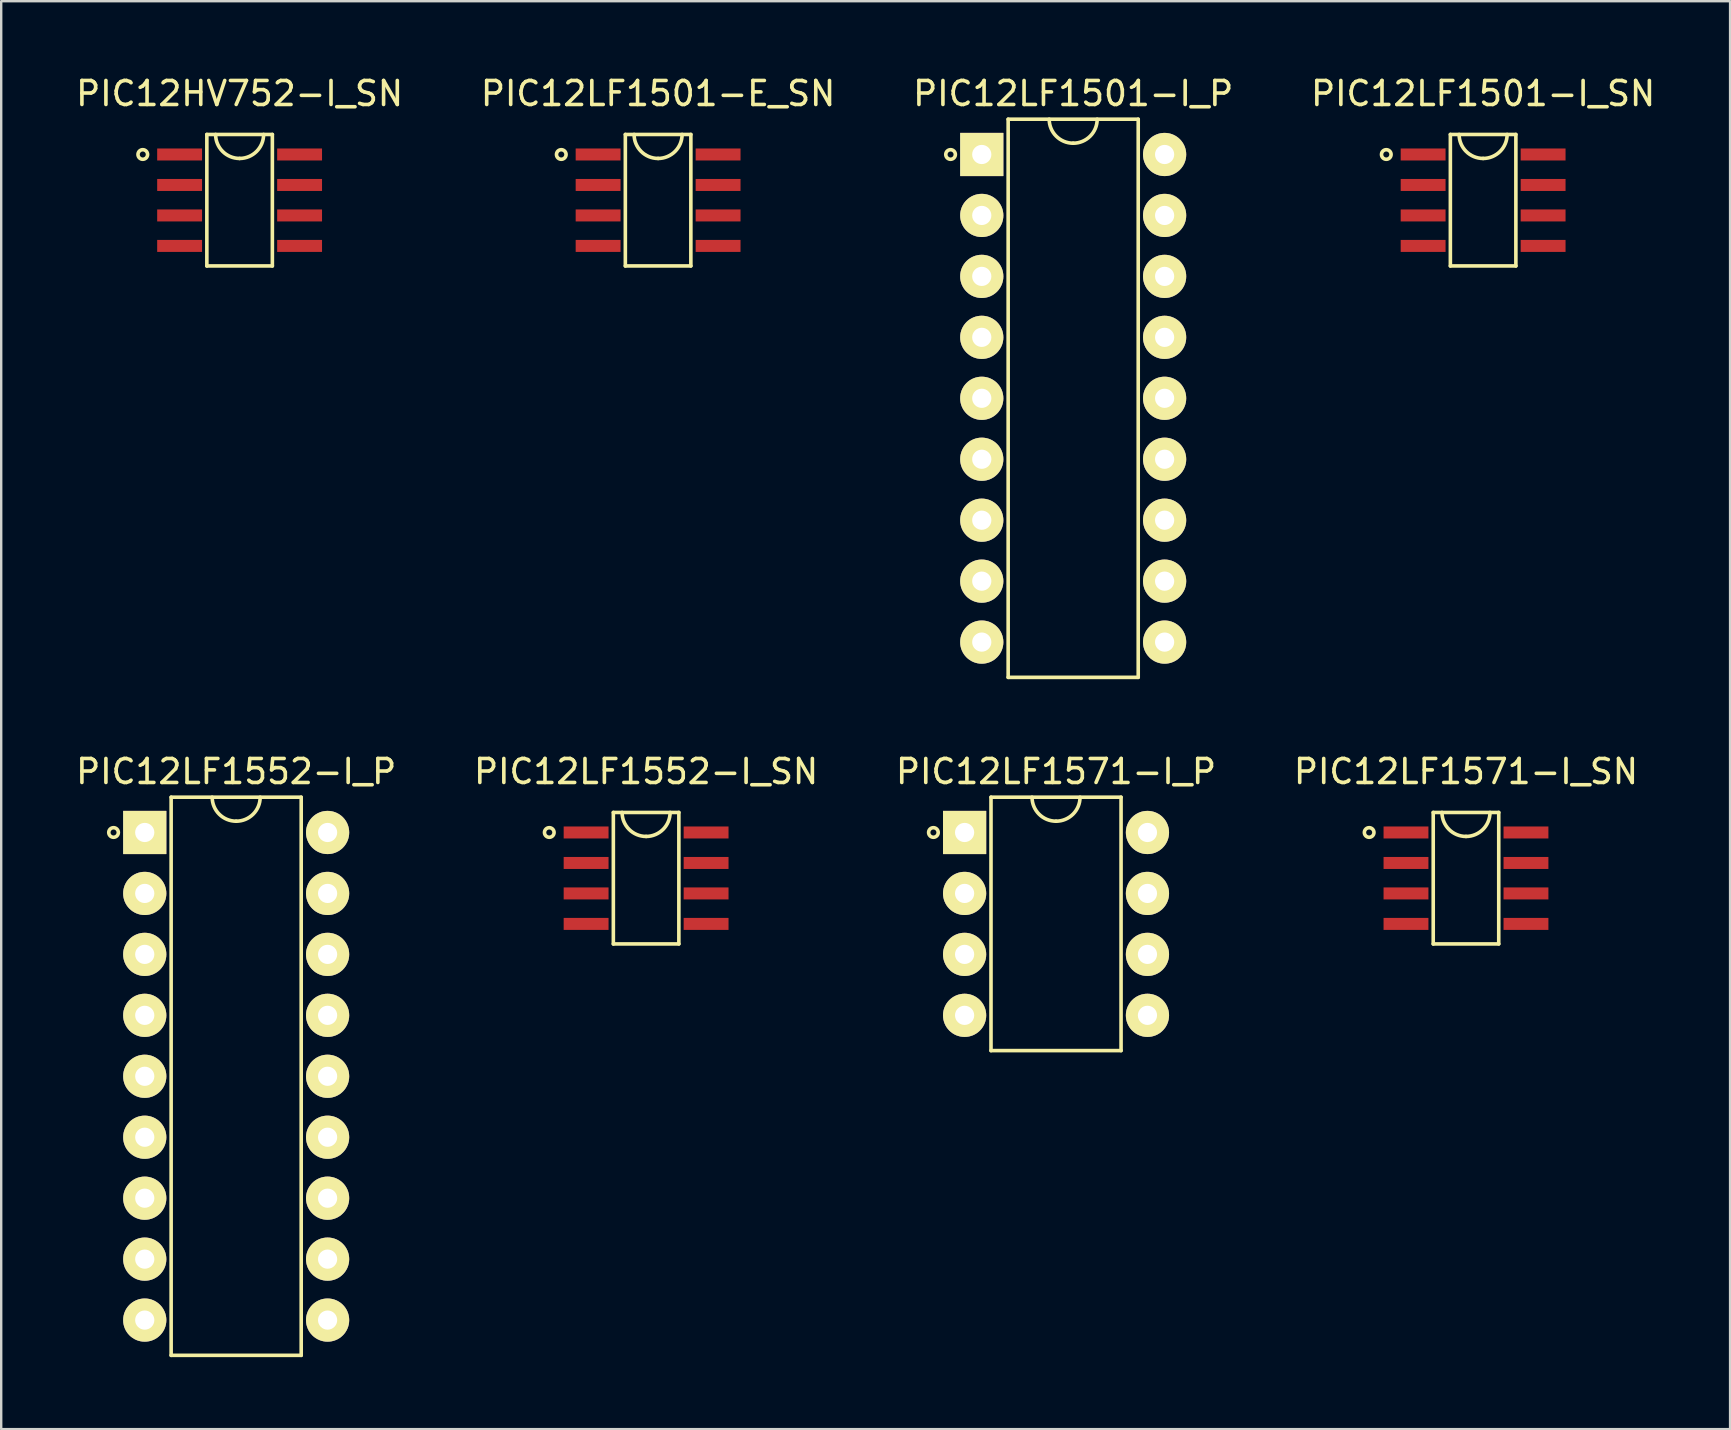
<source format=kicad_pcb>
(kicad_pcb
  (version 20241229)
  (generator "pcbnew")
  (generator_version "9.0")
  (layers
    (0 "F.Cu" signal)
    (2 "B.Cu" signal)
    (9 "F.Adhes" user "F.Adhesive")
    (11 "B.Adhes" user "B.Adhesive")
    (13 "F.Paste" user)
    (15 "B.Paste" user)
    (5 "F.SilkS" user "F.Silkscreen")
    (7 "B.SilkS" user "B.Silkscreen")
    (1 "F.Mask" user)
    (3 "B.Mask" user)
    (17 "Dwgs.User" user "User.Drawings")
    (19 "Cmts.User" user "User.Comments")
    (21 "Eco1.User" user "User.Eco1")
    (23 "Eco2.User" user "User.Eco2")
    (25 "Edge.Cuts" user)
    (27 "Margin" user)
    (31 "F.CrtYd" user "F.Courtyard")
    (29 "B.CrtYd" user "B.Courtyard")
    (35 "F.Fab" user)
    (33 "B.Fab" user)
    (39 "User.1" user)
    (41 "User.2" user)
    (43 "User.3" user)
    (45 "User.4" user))
  (footprint "PIC12LF1501-I_P"
    (layer "F.Cu")
    (at 37.863 3.388)
    (property "Reference" "PIC12LF1501-I_P" (at 3.81 -2.54 0) (layer "F.SilkS") (effects (font (size 1 1) (thickness 0.15))))
    (attr through_hole)
    (fp_line (start 1.1 -1.47) (end 6.52 -1.47) (stroke (width 0.15) (type solid)) (layer "F.SilkS"))
    (fp_line (start 1.1 21.79) (end 1.1 -1.47) (stroke (width 0.15) (type solid)) (layer "F.SilkS"))
    (fp_line (start 6.52 -1.47) (end 6.52 21.79) (stroke (width 0.15) (type solid)) (layer "F.SilkS"))
    (fp_line (start 6.52 21.79) (end 1.1 21.79) (stroke (width 0.15) (type solid)) (layer "F.SilkS"))
    (fp_arc (start 3.81 -0.47) (mid 3.102893 -0.762893) (end 2.81 -1.47) (stroke (width 0.15) (type solid)) (layer "F.SilkS"))
    (fp_arc (start 4.81 -1.47) (mid 4.517107 -0.762893) (end 3.81 -0.47) (stroke (width 0.15) (type solid)) (layer "F.SilkS"))
    (fp_circle (center -1.3 0) (end -1.3 0.2) (stroke (width 0.15) (type solid)) (fill no) (layer "F.SilkS"))
    (pad "1" thru_hole rect (at 0 0) (size 1.8 1.8) (drill 0.8) (layers "*.Cu" "*.Mask" "F.SilkS"))
    (pad "2" thru_hole circle (at 0 2.54) (size 1.8 1.8) (drill 0.8) (layers "*.Cu" "*.Mask" "F.SilkS"))
    (pad "3" thru_hole circle (at 0 5.08) (size 1.8 1.8) (drill 0.8) (layers "*.Cu" "*.Mask" "F.SilkS"))
    (pad "4" thru_hole circle (at 0 7.62) (size 1.8 1.8) (drill 0.8) (layers "*.Cu" "*.Mask" "F.SilkS"))
    (pad "5" thru_hole circle (at 0 10.16) (size 1.8 1.8) (drill 0.8) (layers "*.Cu" "*.Mask" "F.SilkS"))
    (pad "6" thru_hole circle (at 0 12.7) (size 1.8 1.8) (drill 0.8) (layers "*.Cu" "*.Mask" "F.SilkS"))
    (pad "7" thru_hole circle (at 0 15.24) (size 1.8 1.8) (drill 0.8) (layers "*.Cu" "*.Mask" "F.SilkS"))
    (pad "8" thru_hole circle (at 0 17.78) (size 1.8 1.8) (drill 0.8) (layers "*.Cu" "*.Mask" "F.SilkS"))
    (pad "9" thru_hole circle (at 0 20.32) (size 1.8 1.8) (drill 0.8) (layers "*.Cu" "*.Mask" "F.SilkS"))
    (pad "10" thru_hole circle (at 7.62 20.32) (size 1.8 1.8) (drill 0.8) (layers "*.Cu" "*.Mask" "F.SilkS"))
    (pad "11" thru_hole circle (at 7.62 17.78) (size 1.8 1.8) (drill 0.8) (layers "*.Cu" "*.Mask" "F.SilkS"))
    (pad "12" thru_hole circle (at 7.62 15.24) (size 1.8 1.8) (drill 0.8) (layers "*.Cu" "*.Mask" "F.SilkS"))
    (pad "13" thru_hole circle (at 7.62 12.7) (size 1.8 1.8) (drill 0.8) (layers "*.Cu" "*.Mask" "F.SilkS"))
    (pad "14" thru_hole circle (at 7.62 10.16) (size 1.8 1.8) (drill 0.8) (layers "*.Cu" "*.Mask" "F.SilkS"))
    (pad "15" thru_hole circle (at 7.62 7.62) (size 1.8 1.8) (drill 0.8) (layers "*.Cu" "*.Mask" "F.SilkS"))
    (pad "16" thru_hole circle (at 7.62 5.08) (size 1.8 1.8) (drill 0.8) (layers "*.Cu" "*.Mask" "F.SilkS"))
    (pad "17" thru_hole circle (at 7.62 2.54) (size 1.8 1.8) (drill 0.8) (layers "*.Cu" "*.Mask" "F.SilkS"))
    (pad "18" thru_hole circle (at 7.62 0) (size 1.8 1.8) (drill 0.8) (layers "*.Cu" "*.Mask" "F.SilkS")))
  (footprint "PIC12LF1571-I_P"
    (layer "F.Cu")
    (at 37.148 31.642)
    (property "Reference" "PIC12LF1571-I_P" (at 3.81 -2.54 0) (layer "F.SilkS") (effects (font (size 1 1) (thickness 0.15))))
    (attr through_hole)
    (fp_line (start 1.1 -1.47) (end 6.52 -1.47) (stroke (width 0.15) (type solid)) (layer "F.SilkS"))
    (fp_line (start 1.1 9.09) (end 1.1 -1.47) (stroke (width 0.15) (type solid)) (layer "F.SilkS"))
    (fp_line (start 6.52 -1.47) (end 6.52 9.09) (stroke (width 0.15) (type solid)) (layer "F.SilkS"))
    (fp_line (start 6.52 9.09) (end 1.1 9.09) (stroke (width 0.15) (type solid)) (layer "F.SilkS"))
    (fp_arc (start 3.81 -0.47) (mid 3.102893 -0.762893) (end 2.81 -1.47) (stroke (width 0.15) (type solid)) (layer "F.SilkS"))
    (fp_arc (start 4.81 -1.47) (mid 4.517107 -0.762893) (end 3.81 -0.47) (stroke (width 0.15) (type solid)) (layer "F.SilkS"))
    (fp_circle (center -1.3 0) (end -1.3 0.2) (stroke (width 0.15) (type solid)) (fill no) (layer "F.SilkS"))
    (pad "1" thru_hole rect (at 0 0) (size 1.8 1.8) (drill 0.8) (layers "*.Cu" "*.Mask" "F.SilkS"))
    (pad "2" thru_hole circle (at 0 2.54) (size 1.8 1.8) (drill 0.8) (layers "*.Cu" "*.Mask" "F.SilkS"))
    (pad "3" thru_hole circle (at 0 5.08) (size 1.8 1.8) (drill 0.8) (layers "*.Cu" "*.Mask" "F.SilkS"))
    (pad "4" thru_hole circle (at 0 7.62) (size 1.8 1.8) (drill 0.8) (layers "*.Cu" "*.Mask" "F.SilkS"))
    (pad "5" thru_hole circle (at 7.62 7.62) (size 1.8 1.8) (drill 0.8) (layers "*.Cu" "*.Mask" "F.SilkS"))
    (pad "6" thru_hole circle (at 7.62 5.08) (size 1.8 1.8) (drill 0.8) (layers "*.Cu" "*.Mask" "F.SilkS"))
    (pad "7" thru_hole circle (at 7.62 2.54) (size 1.8 1.8) (drill 0.8) (layers "*.Cu" "*.Mask" "F.SilkS"))
    (pad "8" thru_hole circle (at 7.62 0) (size 1.8 1.8) (drill 0.8) (layers "*.Cu" "*.Mask" "F.SilkS")))
  (footprint "PIC12HV752-I_SN"
    (layer "F.Cu")
    (at 4.435 3.388)
    (property "Reference" "PIC12HV752-I_SN" (at 2.5 -2.54 0) (layer "F.SilkS") (effects (font (size 1 1) (thickness 0.15))))
    (attr through_hole)
    (fp_line (start 1.135 -0.835) (end 3.865 -0.835) (stroke (width 0.15) (type solid)) (layer "F.SilkS"))
    (fp_line (start 1.135 4.645) (end 1.135 -0.835) (stroke (width 0.15) (type solid)) (layer "F.SilkS"))
    (fp_line (start 3.865 -0.835) (end 3.865 4.645) (stroke (width 0.15) (type solid)) (layer "F.SilkS"))
    (fp_line (start 3.865 4.645) (end 1.135 4.645) (stroke (width 0.15) (type solid)) (layer "F.SilkS"))
    (fp_arc (start 2.5 0.165) (mid 1.792893 -0.127893) (end 1.5 -0.835) (stroke (width 0.15) (type solid)) (layer "F.SilkS"))
    (fp_arc (start 3.5 -0.835) (mid 3.207107 -0.127893) (end 2.5 0.165) (stroke (width 0.15) (type solid)) (layer "F.SilkS"))
    (fp_circle (center -1.535 0) (end -1.535 0.2) (stroke (width 0.15) (type solid)) (fill no) (layer "F.SilkS"))
    (pad "1" smd rect (at 0 0) (size 1.87 0.5) (layers "F.Cu" "F.Mask" "F.Paste"))
    (pad "2" smd rect (at 0 1.27) (size 1.87 0.5) (layers "F.Cu" "F.Mask" "F.Paste"))
    (pad "3" smd rect (at 0 2.54) (size 1.87 0.5) (layers "F.Cu" "F.Mask" "F.Paste"))
    (pad "4" smd rect (at 0 3.81) (size 1.87 0.5) (layers "F.Cu" "F.Mask" "F.Paste"))
    (pad "5" smd rect (at 5 3.81) (size 1.87 0.5) (layers "F.Cu" "F.Mask" "F.Paste"))
    (pad "6" smd rect (at 5 2.54) (size 1.87 0.5) (layers "F.Cu" "F.Mask" "F.Paste"))
    (pad "7" smd rect (at 5 1.27) (size 1.87 0.5) (layers "F.Cu" "F.Mask" "F.Paste"))
    (pad "8" smd rect (at 5 0) (size 1.87 0.5) (layers "F.Cu" "F.Mask" "F.Paste")))
  (footprint "PIC12LF1501-I_SN"
    (layer "F.Cu")
    (at 56.256 3.388)
    (property "Reference" "PIC12LF1501-I_SN" (at 2.5 -2.54 0) (layer "F.SilkS") (effects (font (size 1 1) (thickness 0.15))))
    (attr through_hole)
    (fp_line (start 1.135 -0.835) (end 3.865 -0.835) (stroke (width 0.15) (type solid)) (layer "F.SilkS"))
    (fp_line (start 1.135 4.645) (end 1.135 -0.835) (stroke (width 0.15) (type solid)) (layer "F.SilkS"))
    (fp_line (start 3.865 -0.835) (end 3.865 4.645) (stroke (width 0.15) (type solid)) (layer "F.SilkS"))
    (fp_line (start 3.865 4.645) (end 1.135 4.645) (stroke (width 0.15) (type solid)) (layer "F.SilkS"))
    (fp_arc (start 2.5 0.165) (mid 1.792893 -0.127893) (end 1.5 -0.835) (stroke (width 0.15) (type solid)) (layer "F.SilkS"))
    (fp_arc (start 3.5 -0.835) (mid 3.207107 -0.127893) (end 2.5 0.165) (stroke (width 0.15) (type solid)) (layer "F.SilkS"))
    (fp_circle (center -1.535 0) (end -1.535 0.2) (stroke (width 0.15) (type solid)) (fill no) (layer "F.SilkS"))
    (pad "1" smd rect (at 0 0) (size 1.87 0.5) (layers "F.Cu" "F.Mask" "F.Paste"))
    (pad "2" smd rect (at 0 1.27) (size 1.87 0.5) (layers "F.Cu" "F.Mask" "F.Paste"))
    (pad "3" smd rect (at 0 2.54) (size 1.87 0.5) (layers "F.Cu" "F.Mask" "F.Paste"))
    (pad "4" smd rect (at 0 3.81) (size 1.87 0.5) (layers "F.Cu" "F.Mask" "F.Paste"))
    (pad "5" smd rect (at 5 3.81) (size 1.87 0.5) (layers "F.Cu" "F.Mask" "F.Paste"))
    (pad "6" smd rect (at 5 2.54) (size 1.87 0.5) (layers "F.Cu" "F.Mask" "F.Paste"))
    (pad "7" smd rect (at 5 1.27) (size 1.87 0.5) (layers "F.Cu" "F.Mask" "F.Paste"))
    (pad "8" smd rect (at 5 0) (size 1.87 0.5) (layers "F.Cu" "F.Mask" "F.Paste")))
  (footprint "PIC12LF1501-E_SN"
    (layer "F.Cu")
    (at 21.875 3.388)
    (property "Reference" "PIC12LF1501-E_SN" (at 2.5 -2.54 0) (layer "F.SilkS") (effects (font (size 1 1) (thickness 0.15))))
    (attr through_hole)
    (fp_line (start 1.135 -0.835) (end 3.865 -0.835) (stroke (width 0.15) (type solid)) (layer "F.SilkS"))
    (fp_line (start 1.135 4.645) (end 1.135 -0.835) (stroke (width 0.15) (type solid)) (layer "F.SilkS"))
    (fp_line (start 3.865 -0.835) (end 3.865 4.645) (stroke (width 0.15) (type solid)) (layer "F.SilkS"))
    (fp_line (start 3.865 4.645) (end 1.135 4.645) (stroke (width 0.15) (type solid)) (layer "F.SilkS"))
    (fp_arc (start 2.5 0.165) (mid 1.792893 -0.127893) (end 1.5 -0.835) (stroke (width 0.15) (type solid)) (layer "F.SilkS"))
    (fp_arc (start 3.5 -0.835) (mid 3.207107 -0.127893) (end 2.5 0.165) (stroke (width 0.15) (type solid)) (layer "F.SilkS"))
    (fp_circle (center -1.535 0) (end -1.535 0.2) (stroke (width 0.15) (type solid)) (fill no) (layer "F.SilkS"))
    (pad "1" smd rect (at 0 0) (size 1.87 0.5) (layers "F.Cu" "F.Mask" "F.Paste"))
    (pad "2" smd rect (at 0 1.27) (size 1.87 0.5) (layers "F.Cu" "F.Mask" "F.Paste"))
    (pad "3" smd rect (at 0 2.54) (size 1.87 0.5) (layers "F.Cu" "F.Mask" "F.Paste"))
    (pad "4" smd rect (at 0 3.81) (size 1.87 0.5) (layers "F.Cu" "F.Mask" "F.Paste"))
    (pad "5" smd rect (at 5 3.81) (size 1.87 0.5) (layers "F.Cu" "F.Mask" "F.Paste"))
    (pad "6" smd rect (at 5 2.54) (size 1.87 0.5) (layers "F.Cu" "F.Mask" "F.Paste"))
    (pad "7" smd rect (at 5 1.27) (size 1.87 0.5) (layers "F.Cu" "F.Mask" "F.Paste"))
    (pad "8" smd rect (at 5 0) (size 1.87 0.5) (layers "F.Cu" "F.Mask" "F.Paste")))
  (footprint "PIC12LF1571-I_SN"
    (layer "F.Cu")
    (at 55.542 31.642)
    (property "Reference" "PIC12LF1571-I_SN" (at 2.5 -2.54 0) (layer "F.SilkS") (effects (font (size 1 1) (thickness 0.15))))
    (attr through_hole)
    (fp_line (start 1.135 -0.835) (end 3.865 -0.835) (stroke (width 0.15) (type solid)) (layer "F.SilkS"))
    (fp_line (start 1.135 4.645) (end 1.135 -0.835) (stroke (width 0.15) (type solid)) (layer "F.SilkS"))
    (fp_line (start 3.865 -0.835) (end 3.865 4.645) (stroke (width 0.15) (type solid)) (layer "F.SilkS"))
    (fp_line (start 3.865 4.645) (end 1.135 4.645) (stroke (width 0.15) (type solid)) (layer "F.SilkS"))
    (fp_arc (start 2.5 0.165) (mid 1.792893 -0.127893) (end 1.5 -0.835) (stroke (width 0.15) (type solid)) (layer "F.SilkS"))
    (fp_arc (start 3.5 -0.835) (mid 3.207107 -0.127893) (end 2.5 0.165) (stroke (width 0.15) (type solid)) (layer "F.SilkS"))
    (fp_circle (center -1.535 0) (end -1.535 0.2) (stroke (width 0.15) (type solid)) (fill no) (layer "F.SilkS"))
    (pad "1" smd rect (at 0 0) (size 1.87 0.5) (layers "F.Cu" "F.Mask" "F.Paste"))
    (pad "2" smd rect (at 0 1.27) (size 1.87 0.5) (layers "F.Cu" "F.Mask" "F.Paste"))
    (pad "3" smd rect (at 0 2.54) (size 1.87 0.5) (layers "F.Cu" "F.Mask" "F.Paste"))
    (pad "4" smd rect (at 0 3.81) (size 1.87 0.5) (layers "F.Cu" "F.Mask" "F.Paste"))
    (pad "5" smd rect (at 5 3.81) (size 1.87 0.5) (layers "F.Cu" "F.Mask" "F.Paste"))
    (pad "6" smd rect (at 5 2.54) (size 1.87 0.5) (layers "F.Cu" "F.Mask" "F.Paste"))
    (pad "7" smd rect (at 5 1.27) (size 1.87 0.5) (layers "F.Cu" "F.Mask" "F.Paste"))
    (pad "8" smd rect (at 5 0) (size 1.87 0.5) (layers "F.Cu" "F.Mask" "F.Paste")))
  (footprint "PIC12LF1552-I_SN"
    (layer "F.Cu")
    (at 21.375 31.642)
    (property "Reference" "PIC12LF1552-I_SN" (at 2.5 -2.54 0) (layer "F.SilkS") (effects (font (size 1 1) (thickness 0.15))))
    (attr through_hole)
    (fp_line (start 1.135 -0.835) (end 3.865 -0.835) (stroke (width 0.15) (type solid)) (layer "F.SilkS"))
    (fp_line (start 1.135 4.645) (end 1.135 -0.835) (stroke (width 0.15) (type solid)) (layer "F.SilkS"))
    (fp_line (start 3.865 -0.835) (end 3.865 4.645) (stroke (width 0.15) (type solid)) (layer "F.SilkS"))
    (fp_line (start 3.865 4.645) (end 1.135 4.645) (stroke (width 0.15) (type solid)) (layer "F.SilkS"))
    (fp_arc (start 2.5 0.165) (mid 1.792893 -0.127893) (end 1.5 -0.835) (stroke (width 0.15) (type solid)) (layer "F.SilkS"))
    (fp_arc (start 3.5 -0.835) (mid 3.207107 -0.127893) (end 2.5 0.165) (stroke (width 0.15) (type solid)) (layer "F.SilkS"))
    (fp_circle (center -1.535 0) (end -1.535 0.2) (stroke (width 0.15) (type solid)) (fill no) (layer "F.SilkS"))
    (pad "1" smd rect (at 0 0) (size 1.87 0.5) (layers "F.Cu" "F.Mask" "F.Paste"))
    (pad "2" smd rect (at 0 1.27) (size 1.87 0.5) (layers "F.Cu" "F.Mask" "F.Paste"))
    (pad "3" smd rect (at 0 2.54) (size 1.87 0.5) (layers "F.Cu" "F.Mask" "F.Paste"))
    (pad "4" smd rect (at 0 3.81) (size 1.87 0.5) (layers "F.Cu" "F.Mask" "F.Paste"))
    (pad "5" smd rect (at 5 3.81) (size 1.87 0.5) (layers "F.Cu" "F.Mask" "F.Paste"))
    (pad "6" smd rect (at 5 2.54) (size 1.87 0.5) (layers "F.Cu" "F.Mask" "F.Paste"))
    (pad "7" smd rect (at 5 1.27) (size 1.87 0.5) (layers "F.Cu" "F.Mask" "F.Paste"))
    (pad "8" smd rect (at 5 0) (size 1.87 0.5) (layers "F.Cu" "F.Mask" "F.Paste")))
  (footprint "PIC12LF1552-I_P"
    (layer "F.Cu")
    (at 2.982 31.642)
    (property "Reference" "PIC12LF1552-I_P" (at 3.81 -2.54 0) (layer "F.SilkS") (effects (font (size 1 1) (thickness 0.15))))
    (attr through_hole)
    (fp_line (start 1.1 -1.47) (end 6.52 -1.47) (stroke (width 0.15) (type solid)) (layer "F.SilkS"))
    (fp_line (start 1.1 21.79) (end 1.1 -1.47) (stroke (width 0.15) (type solid)) (layer "F.SilkS"))
    (fp_line (start 6.52 -1.47) (end 6.52 21.79) (stroke (width 0.15) (type solid)) (layer "F.SilkS"))
    (fp_line (start 6.52 21.79) (end 1.1 21.79) (stroke (width 0.15) (type solid)) (layer "F.SilkS"))
    (fp_arc (start 3.81 -0.47) (mid 3.102893 -0.762893) (end 2.81 -1.47) (stroke (width 0.15) (type solid)) (layer "F.SilkS"))
    (fp_arc (start 4.81 -1.47) (mid 4.517107 -0.762893) (end 3.81 -0.47) (stroke (width 0.15) (type solid)) (layer "F.SilkS"))
    (fp_circle (center -1.3 0) (end -1.3 0.2) (stroke (width 0.15) (type solid)) (fill no) (layer "F.SilkS"))
    (pad "1" thru_hole rect (at 0 0) (size 1.8 1.8) (drill 0.8) (layers "*.Cu" "*.Mask" "F.SilkS"))
    (pad "2" thru_hole circle (at 0 2.54) (size 1.8 1.8) (drill 0.8) (layers "*.Cu" "*.Mask" "F.SilkS"))
    (pad "3" thru_hole circle (at 0 5.08) (size 1.8 1.8) (drill 0.8) (layers "*.Cu" "*.Mask" "F.SilkS"))
    (pad "4" thru_hole circle (at 0 7.62) (size 1.8 1.8) (drill 0.8) (layers "*.Cu" "*.Mask" "F.SilkS"))
    (pad "5" thru_hole circle (at 0 10.16) (size 1.8 1.8) (drill 0.8) (layers "*.Cu" "*.Mask" "F.SilkS"))
    (pad "6" thru_hole circle (at 0 12.7) (size 1.8 1.8) (drill 0.8) (layers "*.Cu" "*.Mask" "F.SilkS"))
    (pad "7" thru_hole circle (at 0 15.24) (size 1.8 1.8) (drill 0.8) (layers "*.Cu" "*.Mask" "F.SilkS"))
    (pad "8" thru_hole circle (at 0 17.78) (size 1.8 1.8) (drill 0.8) (layers "*.Cu" "*.Mask" "F.SilkS"))
    (pad "9" thru_hole circle (at 0 20.32) (size 1.8 1.8) (drill 0.8) (layers "*.Cu" "*.Mask" "F.SilkS"))
    (pad "10" thru_hole circle (at 7.62 20.32) (size 1.8 1.8) (drill 0.8) (layers "*.Cu" "*.Mask" "F.SilkS"))
    (pad "11" thru_hole circle (at 7.62 17.78) (size 1.8 1.8) (drill 0.8) (layers "*.Cu" "*.Mask" "F.SilkS"))
    (pad "12" thru_hole circle (at 7.62 15.24) (size 1.8 1.8) (drill 0.8) (layers "*.Cu" "*.Mask" "F.SilkS"))
    (pad "13" thru_hole circle (at 7.62 12.7) (size 1.8 1.8) (drill 0.8) (layers "*.Cu" "*.Mask" "F.SilkS"))
    (pad "14" thru_hole circle (at 7.62 10.16) (size 1.8 1.8) (drill 0.8) (layers "*.Cu" "*.Mask" "F.SilkS"))
    (pad "15" thru_hole circle (at 7.62 7.62) (size 1.8 1.8) (drill 0.8) (layers "*.Cu" "*.Mask" "F.SilkS"))
    (pad "16" thru_hole circle (at 7.62 5.08) (size 1.8 1.8) (drill 0.8) (layers "*.Cu" "*.Mask" "F.SilkS"))
    (pad "17" thru_hole circle (at 7.62 2.54) (size 1.8 1.8) (drill 0.8) (layers "*.Cu" "*.Mask" "F.SilkS"))
    (pad "18" thru_hole circle (at 7.62 0) (size 1.8 1.8) (drill 0.8) (layers "*.Cu" "*.Mask" "F.SilkS")))
  (gr_rect
    (start -3 -3)
    (end 69.048 56.507)
    (stroke (width 0.1) (type default))
    (fill no)
    (layer "Edge.Cuts")))
</source>
